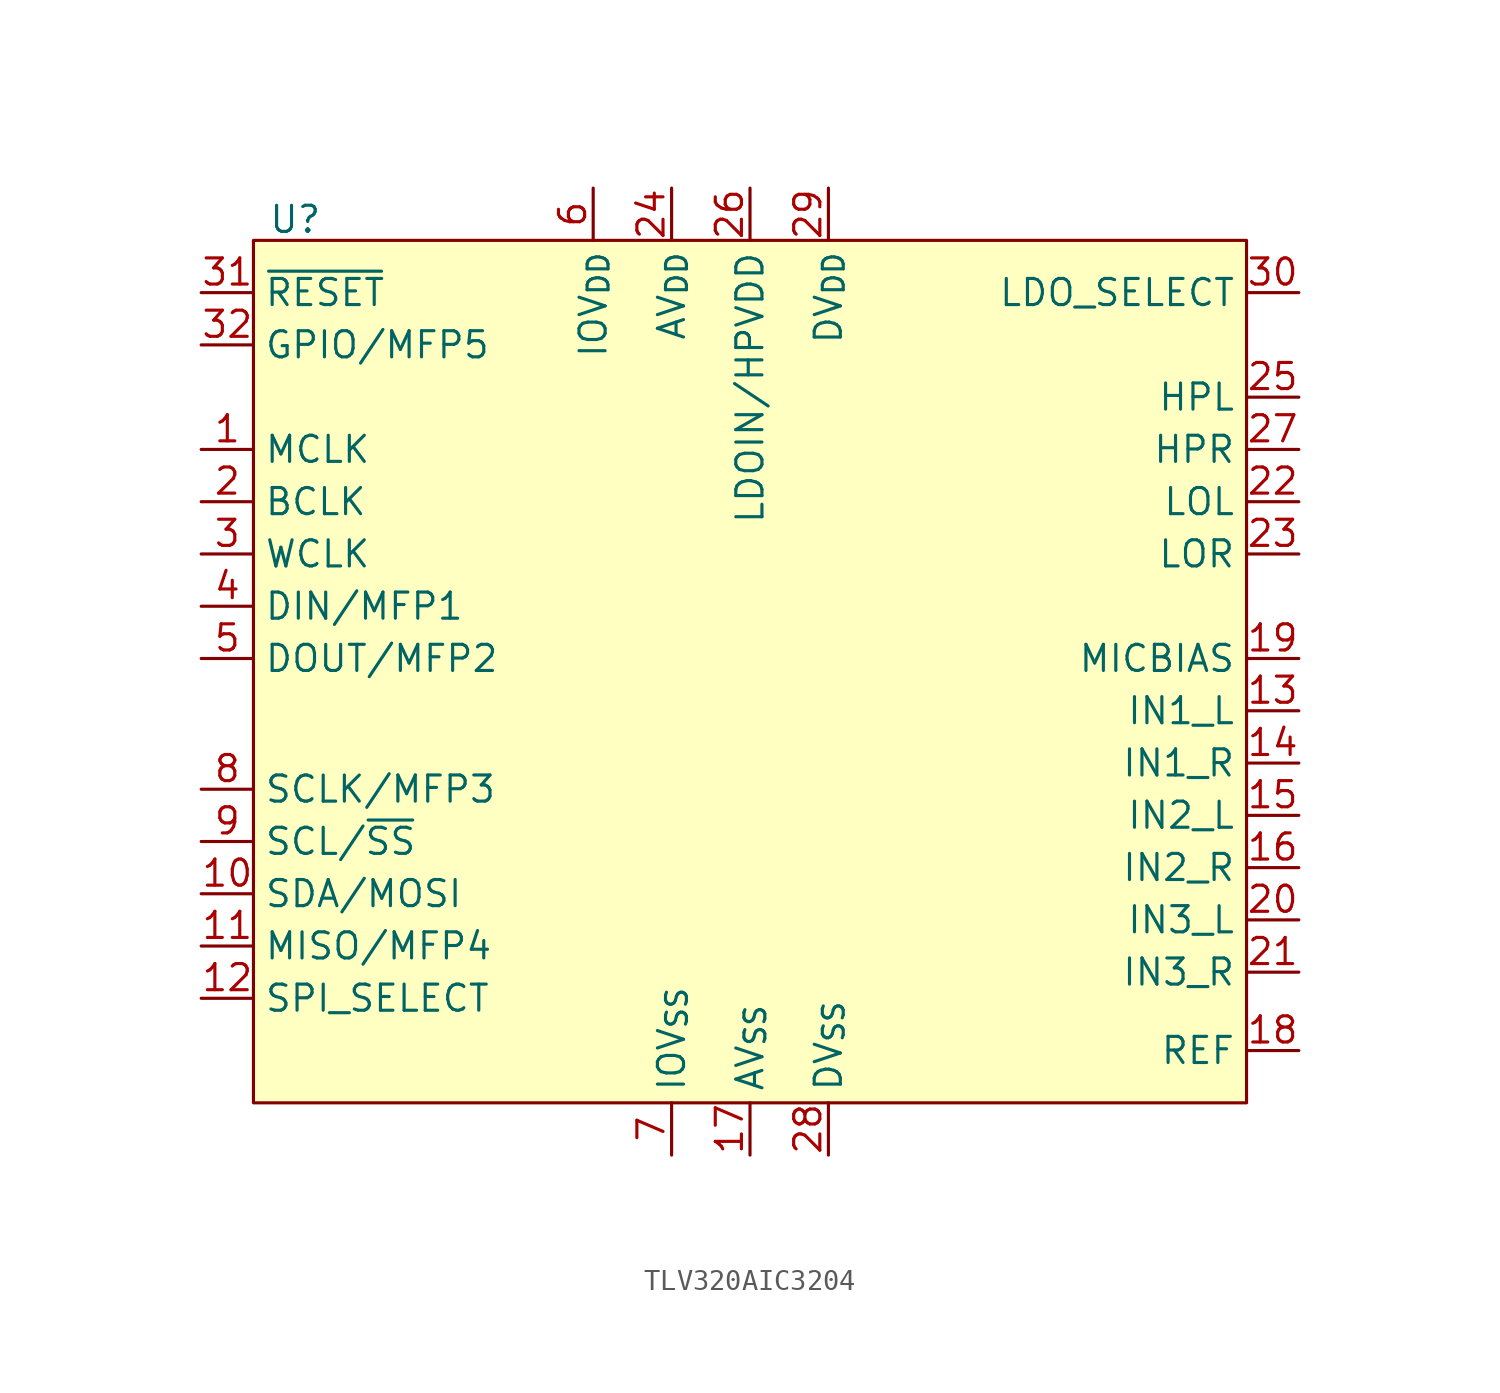
<source format=kicad_sym>
(kicad_symbol_lib
  (version 20241209)
  (generator "kicad_symbol_editor")
  (generator_version "9.0")
  (symbol "TLV320AIC3204"
    (property "Reference" "U"
      (at -22.098 21.336 0)
      (effects (font (size 1.27 1.27))))
    (property "Value" ""
      (at 0 0 0)
      (effects (font (size 1.27 1.27))))
    (symbol "TLV320AIC3204_1_1"
      (rectangle (start -24.13 20.32) (end 24.13 -21.59) (stroke (width 0) (type solid)) (fill (type background)))
      (pin input line (at -26.67 17.78 0) (length 2.54) (name "~{RESET}" (effects (font (size 1.27 1.27)))) (number "31" (effects (font (size 1.27 1.27)))))
      (pin tri_state line (at -26.67 15.24 0) (length 2.54) (name "GPIO/MFP5" (effects (font (size 1.27 1.27)))) (number "32" (effects (font (size 1.27 1.27)))))
      (pin input line (at -26.67 10.16 0) (length 2.54) (name "MCLK" (effects (font (size 1.27 1.27)))) (number "1" (effects (font (size 1.27 1.27)))))
      (pin bidirectional line (at -26.67 7.62 0) (length 2.54) (name "BCLK" (effects (font (size 1.27 1.27)))) (number "2" (effects (font (size 1.27 1.27)))))
      (pin bidirectional line (at -26.67 5.08 0) (length 2.54) (name "WCLK" (effects (font (size 1.27 1.27)))) (number "3" (effects (font (size 1.27 1.27)))))
      (pin input line (at -26.67 2.54 0) (length 2.54) (name "DIN/MFP1" (effects (font (size 1.27 1.27)))) (number "4" (effects (font (size 1.27 1.27)))))
      (pin output line (at -26.67 0 0) (length 2.54) (name "DOUT/MFP2" (effects (font (size 1.27 1.27)))) (number "5" (effects (font (size 1.27 1.27)))))
      (pin input line (at -26.67 -6.35 0) (length 2.54) (name "SCLK/MFP3" (effects (font (size 1.27 1.27)))) (number "8" (effects (font (size 1.27 1.27)))))
      (pin input line (at -26.67 -8.89 0) (length 2.54) (name "SCL/~{SS}" (effects (font (size 1.27 1.27)))) (number "9" (effects (font (size 1.27 1.27)))))
      (pin input line (at -26.67 -11.43 0) (length 2.54) (name "SDA/MOSI" (effects (font (size 1.27 1.27)))) (number "10" (effects (font (size 1.27 1.27)))))
      (pin output line (at -26.67 -13.97 0) (length 2.54) (name "MISO/MFP4" (effects (font (size 1.27 1.27)))) (number "11" (effects (font (size 1.27 1.27)))))
      (pin input line (at -26.67 -16.51 0) (length 2.54) (name "SPI_SELECT" (effects (font (size 1.27 1.27)))) (number "12" (effects (font (size 1.27 1.27)))))
      (pin power_in line (at -7.62 22.86 270) (length 2.54) (name "IOV_{DD}" (effects (font (size 1.27 1.27)))) (number "6" (effects (font (size 1.27 1.27)))))
      (pin power_in line (at -3.81 22.86 270) (length 2.54) (name "AV_{DD}" (effects (font (size 1.27 1.27)))) (number "24" (effects (font (size 1.27 1.27)))))
      (pin power_in line (at -3.81 -24.13 90) (length 2.54) (name "IOV_{SS}" (effects (font (size 1.27 1.27)))) (number "7" (effects (font (size 1.27 1.27)))))
      (pin power_in line (at 0 22.86 270) (length 2.54) (name "LDOIN/HPVDD" (effects (font (size 1.27 1.27)))) (number "26" (effects (font (size 1.27 1.27)))))
      (pin power_in line (at 0 -24.13 90) (length 2.54) (name "AV_{SS}" (effects (font (size 1.27 1.27)))) (number "17" (effects (font (size 1.27 1.27)))))
      (pin passive line (at 3.81 22.86 270) (length 2.54) (name "DV_{DD}" (effects (font (size 1.27 1.27)))) (number "29" (effects (font (size 1.27 1.27)))))
      (pin power_in line (at 3.81 -24.13 90) (length 2.54) (name "DV_{SS}" (effects (font (size 1.27 1.27)))) (number "28" (effects (font (size 1.27 1.27)))))
      (pin input line (at 26.67 17.78 180) (length 2.54) (name "LDO_SELECT" (effects (font (size 1.27 1.27)))) (number "30" (effects (font (size 1.27 1.27)))))
      (pin output line (at 26.67 12.7 180) (length 2.54) (name "HPL" (effects (font (size 1.27 1.27)))) (number "25" (effects (font (size 1.27 1.27)))))
      (pin output line (at 26.67 10.16 180) (length 2.54) (name "HPR" (effects (font (size 1.27 1.27)))) (number "27" (effects (font (size 1.27 1.27)))))
      (pin output line (at 26.67 7.62 180) (length 2.54) (name "LOL" (effects (font (size 1.27 1.27)))) (number "22" (effects (font (size 1.27 1.27)))))
      (pin output line (at 26.67 5.08 180) (length 2.54) (name "LOR" (effects (font (size 1.27 1.27)))) (number "23" (effects (font (size 1.27 1.27)))))
      (pin output line (at 26.67 0 180) (length 2.54) (name "MICBIAS" (effects (font (size 1.27 1.27)))) (number "19" (effects (font (size 1.27 1.27)))))
      (pin input line (at 26.67 -2.54 180) (length 2.54) (name "IN1_L" (effects (font (size 1.27 1.27)))) (number "13" (effects (font (size 1.27 1.27)))))
      (pin input line (at 26.67 -5.08 180) (length 2.54) (name "IN1_R" (effects (font (size 1.27 1.27)))) (number "14" (effects (font (size 1.27 1.27)))))
      (pin input line (at 26.67 -7.62 180) (length 2.54) (name "IN2_L" (effects (font (size 1.27 1.27)))) (number "15" (effects (font (size 1.27 1.27)))))
      (pin input line (at 26.67 -10.16 180) (length 2.54) (name "IN2_R" (effects (font (size 1.27 1.27)))) (number "16" (effects (font (size 1.27 1.27)))))
      (pin input line (at 26.67 -12.7 180) (length 2.54) (name "IN3_L" (effects (font (size 1.27 1.27)))) (number "20" (effects (font (size 1.27 1.27)))))
      (pin input line (at 26.67 -15.24 180) (length 2.54) (name "IN3_R" (effects (font (size 1.27 1.27)))) (number "21" (effects (font (size 1.27 1.27)))))
      (pin output line (at 26.67 -19.05 180) (length 2.54) (name "REF" (effects (font (size 1.27 1.27)))) (number "18" (effects (font (size 1.27 1.27))))))))
</source>
